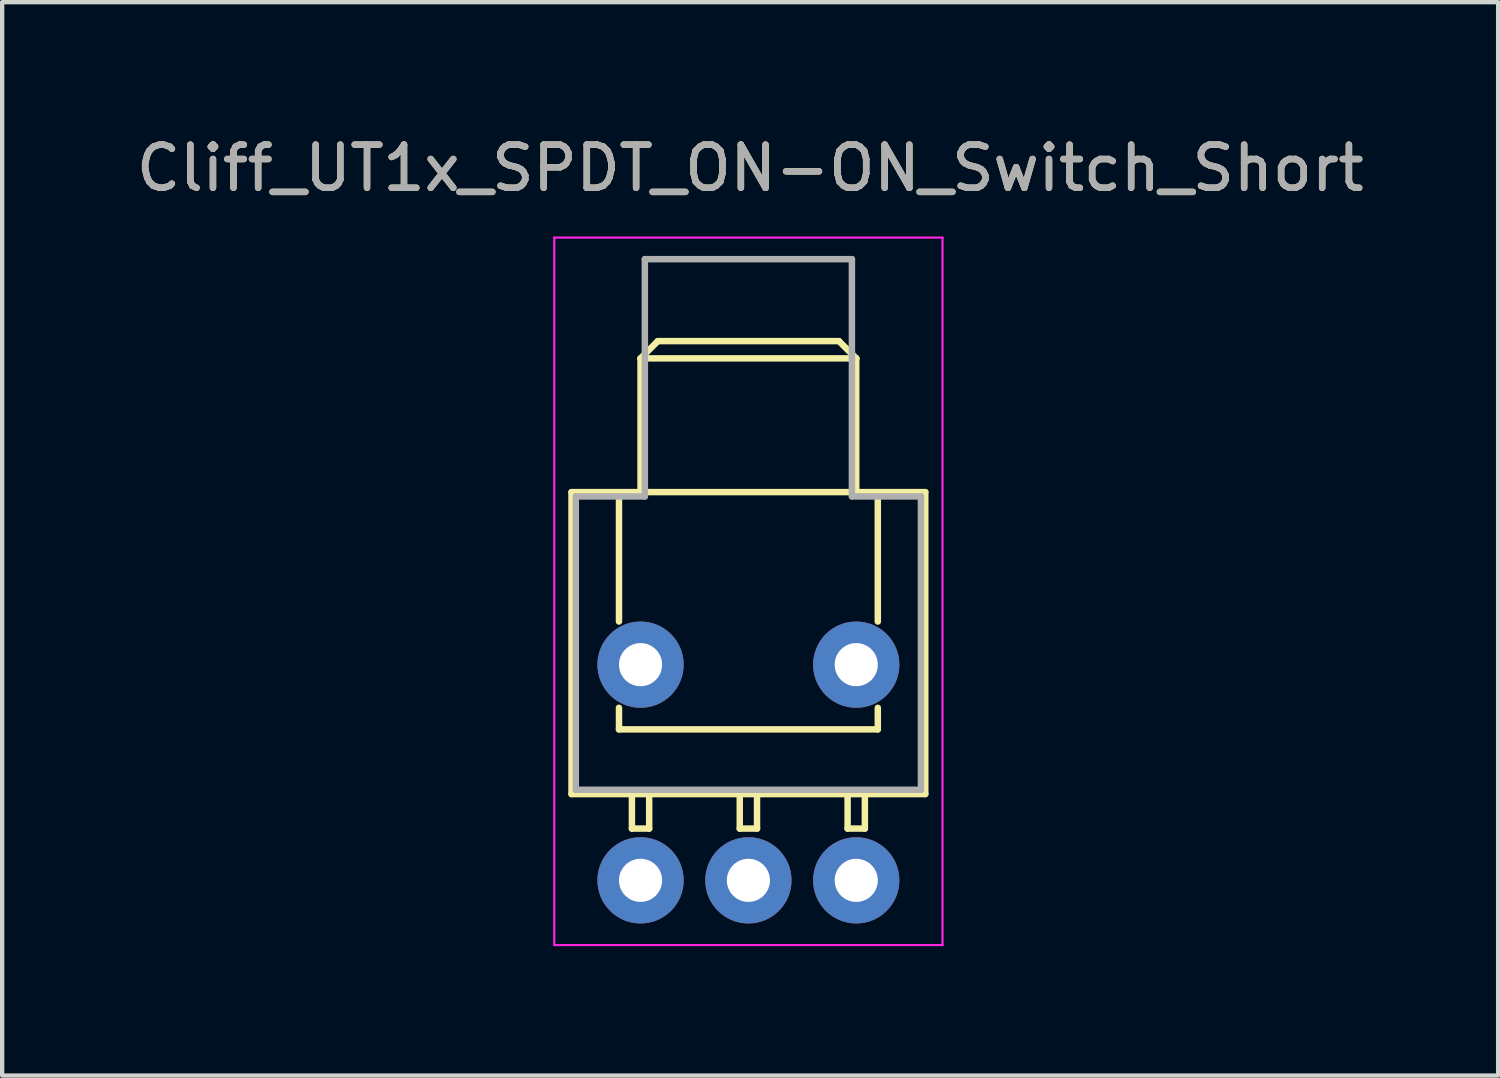
<source format=kicad_pcb>
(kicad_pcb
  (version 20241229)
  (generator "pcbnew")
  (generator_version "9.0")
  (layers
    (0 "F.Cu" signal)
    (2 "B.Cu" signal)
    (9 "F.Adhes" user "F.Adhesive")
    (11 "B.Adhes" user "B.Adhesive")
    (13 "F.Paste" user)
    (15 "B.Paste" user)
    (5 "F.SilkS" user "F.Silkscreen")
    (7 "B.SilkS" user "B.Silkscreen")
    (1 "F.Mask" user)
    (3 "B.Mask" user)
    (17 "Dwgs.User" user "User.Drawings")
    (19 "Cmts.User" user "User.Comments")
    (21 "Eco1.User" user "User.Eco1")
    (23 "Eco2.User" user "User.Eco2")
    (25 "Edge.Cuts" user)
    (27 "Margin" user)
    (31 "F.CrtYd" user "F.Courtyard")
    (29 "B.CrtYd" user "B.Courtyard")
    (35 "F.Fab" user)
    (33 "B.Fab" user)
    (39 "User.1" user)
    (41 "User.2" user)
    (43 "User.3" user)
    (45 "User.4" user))
  (footprint "Cliff_UT1x_SPDT_ON-ON_Switch_Short"
    (layer "F.Cu")
    (at 11.799 17.358)
    (property "Reference" "Cliff_UT1x_SPDT_ON-ON_Switch_Short" (at 2.54 -16.51 0) (layer "F.SilkS") (effects (font (size 1 1) (thickness 0.15))))
    (attr through_hole)
    (fp_line (start -1.6 -9) (end 6.6 -9) (stroke (width 0.15) (type solid)) (layer "F.SilkS"))
    (fp_line (start -1.6 -2) (end -1.6 -9) (stroke (width 0.15) (type solid)) (layer "F.SilkS"))
    (fp_line (start -1.6 -2) (end 6.6 -2) (stroke (width 0.15) (type solid)) (layer "F.SilkS"))
    (fp_line (start -0.5 -6) (end -0.5 -9) (stroke (width 0.15) (type solid)) (layer "F.SilkS"))
    (fp_line (start -0.5 -3.5) (end -0.5 -4) (stroke (width 0.15) (type solid)) (layer "F.SilkS"))
    (fp_line (start -0.5 -3.5) (end 5.5 -3.5) (stroke (width 0.15) (type solid)) (layer "F.SilkS"))
    (fp_line (start -0.2 -2) (end -0.2 -1.2) (stroke (width 0.15) (type solid)) (layer "F.SilkS"))
    (fp_line (start -0.2 -1.2) (end 0.2 -1.2) (stroke (width 0.15) (type solid)) (layer "F.SilkS"))
    (fp_line (start 0 -12.1) (end 0.4 -12.5) (stroke (width 0.15) (type solid)) (layer "F.SilkS"))
    (fp_line (start 0 -12.1) (end 5 -12.1) (stroke (width 0.15) (type solid)) (layer "F.SilkS"))
    (fp_line (start 0 -9) (end 0 -12.1) (stroke (width 0.15) (type solid)) (layer "F.SilkS"))
    (fp_line (start 0.2 -1.2) (end 0.2 -2) (stroke (width 0.15) (type solid)) (layer "F.SilkS"))
    (fp_line (start 0.4 -12.5) (end 4.6 -12.5) (stroke (width 0.15) (type solid)) (layer "F.SilkS"))
    (fp_line (start 2.3 -2) (end 2.3 -1.2) (stroke (width 0.15) (type solid)) (layer "F.SilkS"))
    (fp_line (start 2.3 -1.2) (end 2.7 -1.2) (stroke (width 0.15) (type solid)) (layer "F.SilkS"))
    (fp_line (start 2.7 -1.2) (end 2.7 -2) (stroke (width 0.15) (type solid)) (layer "F.SilkS"))
    (fp_line (start 4.6 -12.5) (end 5 -12.1) (stroke (width 0.15) (type solid)) (layer "F.SilkS"))
    (fp_line (start 4.8 -2) (end 4.8 -1.2) (stroke (width 0.15) (type solid)) (layer "F.SilkS"))
    (fp_line (start 4.8 -1.2) (end 5.2 -1.2) (stroke (width 0.15) (type solid)) (layer "F.SilkS"))
    (fp_line (start 5 -12.1) (end 5 -9) (stroke (width 0.15) (type solid)) (layer "F.SilkS"))
    (fp_line (start 5.2 -1.2) (end 5.2 -2) (stroke (width 0.15) (type solid)) (layer "F.SilkS"))
    (fp_line (start 5.5 -6) (end 5.5 -9) (stroke (width 0.15) (type solid)) (layer "F.SilkS"))
    (fp_line (start 5.5 -3.5) (end 5.5 -4) (stroke (width 0.15) (type solid)) (layer "F.SilkS"))
    (fp_line (start 6.6 -2) (end 6.6 -9) (stroke (width 0.15) (type solid)) (layer "F.SilkS"))
    (fp_line (start -2 -14.9) (end -2 1.5) (stroke (width 0.05) (type solid)) (layer "F.CrtYd"))
    (fp_line (start -2 -14.9) (end 7 -14.9) (stroke (width 0.05) (type solid)) (layer "F.CrtYd"))
    (fp_line (start 7 1.5) (end -2 1.5) (stroke (width 0.05) (type solid)) (layer "F.CrtYd"))
    (fp_line (start 7 1.5) (end 7 -14.9) (stroke (width 0.05) (type solid)) (layer "F.CrtYd"))
    (fp_line (start -1.5 -8.9) (end 0.1 -8.9) (stroke (width 0.15) (type solid)) (layer "F.Fab"))
    (fp_line (start -1.5 -2.1) (end -1.5 -8.9) (stroke (width 0.15) (type solid)) (layer "F.Fab"))
    (fp_line (start 0.1 -14.4) (end 0.1 -8.9) (stroke (width 0.15) (type solid)) (layer "F.Fab"))
    (fp_line (start 0.1 -14.4) (end 4.9 -14.4) (stroke (width 0.15) (type solid)) (layer "F.Fab"))
    (fp_line (start 4.9 -8.9) (end 4.9 -14.4) (stroke (width 0.15) (type solid)) (layer "F.Fab"))
    (fp_line (start 4.9 -8.9) (end 6.5 -8.9) (stroke (width 0.15) (type solid)) (layer "F.Fab"))
    (fp_line (start 6.5 -8.9) (end 6.5 -2.1) (stroke (width 0.15) (type solid)) (layer "F.Fab"))
    (fp_line (start 6.5 -2.1) (end -1.5 -2.1) (stroke (width 0.15) (type solid)) (layer "F.Fab"))
    (fp_text user "${REFERENCE}" (at 2.54 -16.51 0) (layer "F.Fab") (effects (font (size 1 1) (thickness 0.15))))
    (pad "1" thru_hole circle (at 0 0) (size 2 2) (drill 1) (layers "*.Cu" "*.Mask"))
    (pad "2" thru_hole circle (at 2.5 0) (size 2 2) (drill 1) (layers "*.Cu" "*.Mask"))
    (pad "3" thru_hole circle (at 5 0) (size 2 2) (drill 1) (layers "*.Cu" "*.Mask"))
    (pad "4" thru_hole circle (at 0 -5) (size 2 2) (drill 1) (layers "*.Cu" "*.Mask"))
    (pad "4" thru_hole circle (at 5 -5) (size 2 2) (drill 1) (layers "*.Cu" "*.Mask")))
  (gr_rect
    (start -3 -3)
    (end 31.679 21.883)
    (stroke (width 0.1) (type default))
    (fill no)
    (layer "Edge.Cuts")))
</source>
